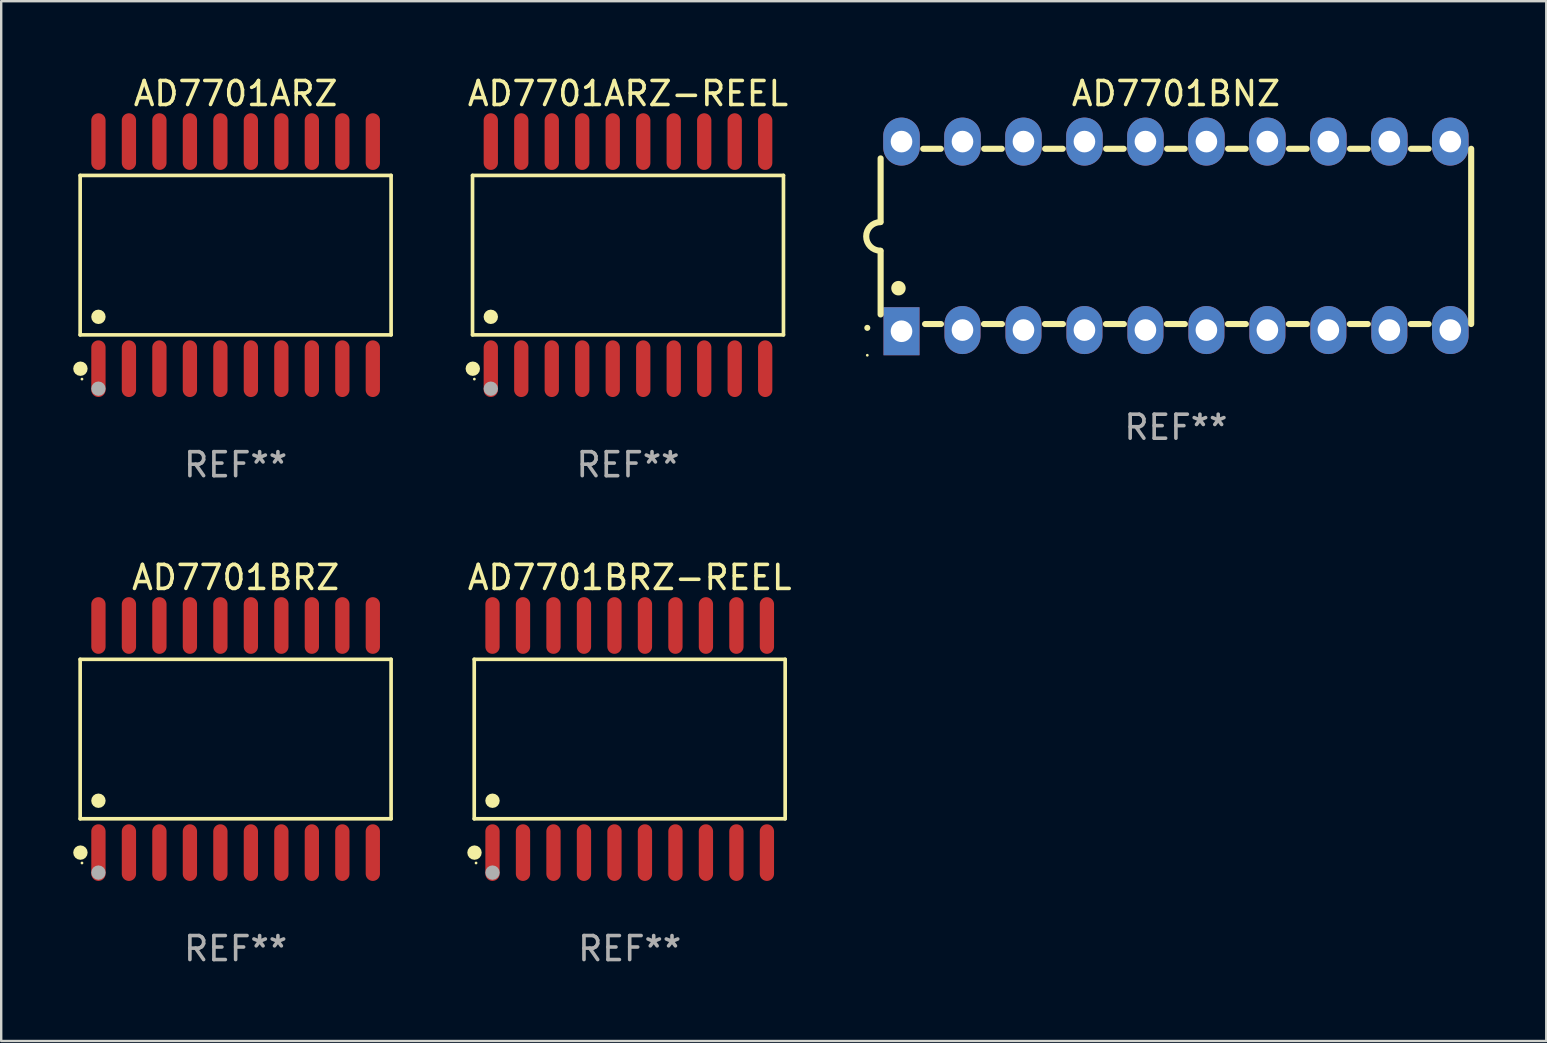
<source format=kicad_pcb>
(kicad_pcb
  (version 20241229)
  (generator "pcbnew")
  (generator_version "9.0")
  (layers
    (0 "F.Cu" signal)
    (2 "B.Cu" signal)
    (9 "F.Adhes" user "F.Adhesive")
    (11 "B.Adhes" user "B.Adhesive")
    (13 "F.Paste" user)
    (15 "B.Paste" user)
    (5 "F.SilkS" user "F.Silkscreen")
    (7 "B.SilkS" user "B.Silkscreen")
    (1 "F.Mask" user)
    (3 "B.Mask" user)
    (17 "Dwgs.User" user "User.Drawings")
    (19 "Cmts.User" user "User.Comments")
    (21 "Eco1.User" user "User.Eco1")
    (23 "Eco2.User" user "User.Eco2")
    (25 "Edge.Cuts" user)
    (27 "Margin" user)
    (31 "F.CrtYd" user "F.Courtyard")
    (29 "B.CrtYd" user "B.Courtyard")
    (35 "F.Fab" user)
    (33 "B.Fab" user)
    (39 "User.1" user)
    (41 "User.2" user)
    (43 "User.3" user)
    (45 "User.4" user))
  (footprint "AD7701BRZ"
    (layer "F.Cu")
    (at 6.765 27.735)
    (property "Reference" "AD7701BRZ" (at 0 -6.73 0) (layer "F.SilkS") (effects (font (size 1 1) (thickness 0.15))))
    (attr through_hole)
    (fp_line (start -6.476 -3.321) (end 6.476 -3.321) (stroke (width 0.152) (type solid)) (layer "F.SilkS"))
    (fp_line (start -6.476 3.321) (end -6.476 -3.321) (stroke (width 0.152) (type solid)) (layer "F.SilkS"))
    (fp_line (start 6.476 -3.321) (end 6.476 3.321) (stroke (width 0.152) (type solid)) (layer "F.SilkS"))
    (fp_line (start 6.476 3.321) (end -6.476 3.321) (stroke (width 0.152) (type solid)) (layer "F.SilkS"))
    (fp_circle (center -6.465 4.73) (end -6.315 4.73) (stroke (width 0.3) (type solid)) (fill no) (layer "F.SilkS"))
    (fp_circle (center -6.4 5.163) (end -6.37 5.163) (stroke (width 0.06) (type solid)) (fill no) (layer "F.SilkS"))
    (fp_circle (center -5.715 2.569) (end -5.565 2.569) (stroke (width 0.3) (type solid)) (fill no) (layer "F.SilkS"))
    (fp_circle (center -5.715 5.563) (end -5.565 5.563) (stroke (width 0.3) (type solid)) (fill no) (layer "F.Fab"))
    (fp_text user "REF**" (at 0 8.73 0) (layer "F.Fab") (effects (font (size 1 1) (thickness 0.15))))
    (pad "1" smd oval (at -5.715 4.73) (size 0.595 2.36) (layers "F.Cu" "F.Mask" "F.Paste"))
    (pad "2" smd oval (at -4.445 4.73) (size 0.595 2.36) (layers "F.Cu" "F.Mask" "F.Paste"))
    (pad "3" smd oval (at -3.175 4.73) (size 0.595 2.36) (layers "F.Cu" "F.Mask" "F.Paste"))
    (pad "4" smd oval (at -1.905 4.73) (size 0.595 2.36) (layers "F.Cu" "F.Mask" "F.Paste"))
    (pad "5" smd oval (at -0.635 4.73) (size 0.595 2.36) (layers "F.Cu" "F.Mask" "F.Paste"))
    (pad "6" smd oval (at 0.635 4.73) (size 0.595 2.36) (layers "F.Cu" "F.Mask" "F.Paste"))
    (pad "7" smd oval (at 1.905 4.73) (size 0.595 2.36) (layers "F.Cu" "F.Mask" "F.Paste"))
    (pad "8" smd oval (at 3.175 4.73) (size 0.595 2.36) (layers "F.Cu" "F.Mask" "F.Paste"))
    (pad "9" smd oval (at 4.445 4.73) (size 0.595 2.36) (layers "F.Cu" "F.Mask" "F.Paste"))
    (pad "10" smd oval (at 5.715 4.73) (size 0.595 2.36) (layers "F.Cu" "F.Mask" "F.Paste"))
    (pad "11" smd oval (at 5.715 -4.73) (size 0.595 2.36) (layers "F.Cu" "F.Mask" "F.Paste"))
    (pad "12" smd oval (at 4.445 -4.73) (size 0.595 2.36) (layers "F.Cu" "F.Mask" "F.Paste"))
    (pad "13" smd oval (at 3.175 -4.73) (size 0.595 2.36) (layers "F.Cu" "F.Mask" "F.Paste"))
    (pad "14" smd oval (at 1.905 -4.73) (size 0.595 2.36) (layers "F.Cu" "F.Mask" "F.Paste"))
    (pad "15" smd oval (at 0.635 -4.73) (size 0.595 2.36) (layers "F.Cu" "F.Mask" "F.Paste"))
    (pad "16" smd oval (at -0.635 -4.73) (size 0.595 2.36) (layers "F.Cu" "F.Mask" "F.Paste"))
    (pad "17" smd oval (at -1.905 -4.73) (size 0.595 2.36) (layers "F.Cu" "F.Mask" "F.Paste"))
    (pad "18" smd oval (at -3.175 -4.73) (size 0.595 2.36) (layers "F.Cu" "F.Mask" "F.Paste"))
    (pad "19" smd oval (at -4.445 -4.73) (size 0.595 2.36) (layers "F.Cu" "F.Mask" "F.Paste"))
    (pad "20" smd oval (at -5.715 -4.73) (size 0.595 2.36) (layers "F.Cu" "F.Mask" "F.Paste")))
  (footprint "AD7701BNZ"
    (layer "F.Cu")
    (at 45.932 6.798)
    (property "Reference" "AD7701BNZ" (at 0 -5.95 0) (layer "F.SilkS") (effects (font (size 1 1) (thickness 0.15))))
    (attr through_hole)
    (fp_line (start -12.3 -0.6) (end -12.3 -3.25) (stroke (width 0.254) (type solid)) (layer "F.SilkS"))
    (fp_line (start -12.3 3.25) (end -12.3 0.6) (stroke (width 0.254) (type solid)) (layer "F.SilkS"))
    (fp_line (start -10.527 -3.65) (end -9.793 -3.65) (stroke (width 0.254) (type solid)) (layer "F.SilkS"))
    (fp_line (start -10.449 3.65) (end -9.786 3.65) (stroke (width 0.254) (type solid)) (layer "F.SilkS"))
    (fp_line (start -7.994 3.65) (end -7.246 3.65) (stroke (width 0.254) (type solid)) (layer "F.SilkS"))
    (fp_line (start -7.987 -3.65) (end -7.253 -3.65) (stroke (width 0.254) (type solid)) (layer "F.SilkS"))
    (fp_line (start -5.454 3.65) (end -4.706 3.65) (stroke (width 0.254) (type solid)) (layer "F.SilkS"))
    (fp_line (start -5.447 -3.65) (end -4.713 -3.65) (stroke (width 0.254) (type solid)) (layer "F.SilkS"))
    (fp_line (start -2.914 3.65) (end -2.166 3.65) (stroke (width 0.254) (type solid)) (layer "F.SilkS"))
    (fp_line (start -2.907 -3.65) (end -2.173 -3.65) (stroke (width 0.254) (type solid)) (layer "F.SilkS"))
    (fp_line (start -0.374 3.65) (end 0.374 3.65) (stroke (width 0.254) (type solid)) (layer "F.SilkS"))
    (fp_line (start -0.367 -3.65) (end 0.367 -3.65) (stroke (width 0.254) (type solid)) (layer "F.SilkS"))
    (fp_line (start 2.166 3.65) (end 2.914 3.65) (stroke (width 0.254) (type solid)) (layer "F.SilkS"))
    (fp_line (start 2.173 -3.65) (end 2.907 -3.65) (stroke (width 0.254) (type solid)) (layer "F.SilkS"))
    (fp_line (start 4.706 3.65) (end 5.454 3.65) (stroke (width 0.254) (type solid)) (layer "F.SilkS"))
    (fp_line (start 4.713 -3.65) (end 5.447 -3.65) (stroke (width 0.254) (type solid)) (layer "F.SilkS"))
    (fp_line (start 7.246 3.65) (end 7.994 3.65) (stroke (width 0.254) (type solid)) (layer "F.SilkS"))
    (fp_line (start 7.253 -3.65) (end 7.987 -3.65) (stroke (width 0.254) (type solid)) (layer "F.SilkS"))
    (fp_line (start 9.786 3.65) (end 10.527 3.65) (stroke (width 0.254) (type solid)) (layer "F.SilkS"))
    (fp_line (start 9.793 -3.65) (end 10.527 -3.65) (stroke (width 0.254) (type solid)) (layer "F.SilkS"))
    (fp_line (start 12.3 -3.65) (end 12.3 3.65) (stroke (width 0.254) (type solid)) (layer "F.SilkS"))
    (fp_arc (start -12.854966 3.809881) (mid -12.854973 3.808611) (end -12.854966 3.807341) (stroke (width 0.25) (type solid)) (layer "F.SilkS"))
    (fp_arc (start -12.313894 0.594742) (mid -12.903982 -0.000152) (end -12.313894 -0.595046) (stroke (width 0.254001) (type solid)) (layer "F.SilkS"))
    (fp_arc (start -11.557023 2.158877) (mid -11.557034 2.156337) (end -11.557023 2.153797) (stroke (width 0.6) (type solid)) (layer "F.SilkS"))
    (fp_circle (center -12.855 4.95) (end -12.825 4.95) (stroke (width 0.06) (type solid)) (fill no) (layer "F.SilkS"))
    (fp_text user "REF**" (at 0 7.95 0) (layer "F.Fab") (effects (font (size 1 1) (thickness 0.15))))
    (pad "1" thru_hole rect (at -11.43 3.95 90) (size 2 1.5) (drill 0.9) (layers "*.Cu" "*.Mask"))
    (pad "2" thru_hole oval (at -8.89 3.9 90) (size 2 1.5) (drill 0.9) (layers "*.Cu" "*.Mask"))
    (pad "3" thru_hole oval (at -6.35 3.9 90) (size 2 1.5) (drill 0.9) (layers "*.Cu" "*.Mask"))
    (pad "4" thru_hole oval (at -3.81 3.9 90) (size 2 1.5) (drill 0.9) (layers "*.Cu" "*.Mask"))
    (pad "5" thru_hole oval (at -1.27 3.9 90) (size 2 1.5) (drill 0.9) (layers "*.Cu" "*.Mask"))
    (pad "6" thru_hole oval (at 1.27 3.9 90) (size 2 1.5) (drill 0.9) (layers "*.Cu" "*.Mask"))
    (pad "7" thru_hole oval (at 3.81 3.9 90) (size 2 1.5) (drill 0.9) (layers "*.Cu" "*.Mask"))
    (pad "8" thru_hole oval (at 6.35 3.9 90) (size 2 1.5) (drill 0.9) (layers "*.Cu" "*.Mask"))
    (pad "9" thru_hole oval (at 8.89 3.9 90) (size 2 1.5) (drill 0.9) (layers "*.Cu" "*.Mask"))
    (pad "10" thru_hole oval (at 11.43 3.9 90) (size 2 1.524) (drill 0.9) (layers "*.Cu" "*.Mask"))
    (pad "11" thru_hole oval (at 11.43 -3.95 90) (size 2 1.524) (drill 0.9) (layers "*.Cu" "*.Mask"))
    (pad "12" thru_hole oval (at 8.89 -3.95 90) (size 2 1.524) (drill 0.9) (layers "*.Cu" "*.Mask"))
    (pad "13" thru_hole oval (at 6.35 -3.95 90) (size 2 1.524) (drill 0.9) (layers "*.Cu" "*.Mask"))
    (pad "14" thru_hole oval (at 3.81 -3.95 90) (size 2 1.524) (drill 0.9) (layers "*.Cu" "*.Mask"))
    (pad "15" thru_hole oval (at 1.27 -3.95 90) (size 2 1.524) (drill 0.9) (layers "*.Cu" "*.Mask"))
    (pad "16" thru_hole oval (at -1.27 -3.95 90) (size 2 1.524) (drill 0.9) (layers "*.Cu" "*.Mask"))
    (pad "17" thru_hole oval (at -3.81 -3.95 90) (size 2 1.524) (drill 0.9) (layers "*.Cu" "*.Mask"))
    (pad "18" thru_hole oval (at -6.35 -3.95 90) (size 2 1.524) (drill 0.9) (layers "*.Cu" "*.Mask"))
    (pad "19" thru_hole oval (at -8.89 -3.95 90) (size 2 1.524) (drill 0.9) (layers "*.Cu" "*.Mask"))
    (pad "20" thru_hole oval (at -11.43 -3.95 90) (size 2 1.524) (drill 0.9) (layers "*.Cu" "*.Mask")))
  (footprint "AD7701BRZ-REEL"
    (layer "F.Cu")
    (at 23.18 27.735)
    (property "Reference" "AD7701BRZ-REEL" (at 0 -6.73 0) (layer "F.SilkS") (effects (font (size 1 1) (thickness 0.15))))
    (attr through_hole)
    (fp_line (start -6.476 -3.321) (end 6.476 -3.321) (stroke (width 0.152) (type solid)) (layer "F.SilkS"))
    (fp_line (start -6.476 3.321) (end -6.476 -3.321) (stroke (width 0.152) (type solid)) (layer "F.SilkS"))
    (fp_line (start 6.476 -3.321) (end 6.476 3.321) (stroke (width 0.152) (type solid)) (layer "F.SilkS"))
    (fp_line (start 6.476 3.321) (end -6.476 3.321) (stroke (width 0.152) (type solid)) (layer "F.SilkS"))
    (fp_circle (center -6.465 4.73) (end -6.315 4.73) (stroke (width 0.3) (type solid)) (fill no) (layer "F.SilkS"))
    (fp_circle (center -6.4 5.163) (end -6.37 5.163) (stroke (width 0.06) (type solid)) (fill no) (layer "F.SilkS"))
    (fp_circle (center -5.715 2.569) (end -5.565 2.569) (stroke (width 0.3) (type solid)) (fill no) (layer "F.SilkS"))
    (fp_circle (center -5.715 5.563) (end -5.565 5.563) (stroke (width 0.3) (type solid)) (fill no) (layer "F.Fab"))
    (fp_text user "REF**" (at 0 8.73 0) (layer "F.Fab") (effects (font (size 1 1) (thickness 0.15))))
    (pad "1" smd oval (at -5.715 4.73) (size 0.595 2.36) (layers "F.Cu" "F.Mask" "F.Paste"))
    (pad "2" smd oval (at -4.445 4.73) (size 0.595 2.36) (layers "F.Cu" "F.Mask" "F.Paste"))
    (pad "3" smd oval (at -3.175 4.73) (size 0.595 2.36) (layers "F.Cu" "F.Mask" "F.Paste"))
    (pad "4" smd oval (at -1.905 4.73) (size 0.595 2.36) (layers "F.Cu" "F.Mask" "F.Paste"))
    (pad "5" smd oval (at -0.635 4.73) (size 0.595 2.36) (layers "F.Cu" "F.Mask" "F.Paste"))
    (pad "6" smd oval (at 0.635 4.73) (size 0.595 2.36) (layers "F.Cu" "F.Mask" "F.Paste"))
    (pad "7" smd oval (at 1.905 4.73) (size 0.595 2.36) (layers "F.Cu" "F.Mask" "F.Paste"))
    (pad "8" smd oval (at 3.175 4.73) (size 0.595 2.36) (layers "F.Cu" "F.Mask" "F.Paste"))
    (pad "9" smd oval (at 4.445 4.73) (size 0.595 2.36) (layers "F.Cu" "F.Mask" "F.Paste"))
    (pad "10" smd oval (at 5.715 4.73) (size 0.595 2.36) (layers "F.Cu" "F.Mask" "F.Paste"))
    (pad "11" smd oval (at 5.715 -4.73) (size 0.595 2.36) (layers "F.Cu" "F.Mask" "F.Paste"))
    (pad "12" smd oval (at 4.445 -4.73) (size 0.595 2.36) (layers "F.Cu" "F.Mask" "F.Paste"))
    (pad "13" smd oval (at 3.175 -4.73) (size 0.595 2.36) (layers "F.Cu" "F.Mask" "F.Paste"))
    (pad "14" smd oval (at 1.905 -4.73) (size 0.595 2.36) (layers "F.Cu" "F.Mask" "F.Paste"))
    (pad "15" smd oval (at 0.635 -4.73) (size 0.595 2.36) (layers "F.Cu" "F.Mask" "F.Paste"))
    (pad "16" smd oval (at -0.635 -4.73) (size 0.595 2.36) (layers "F.Cu" "F.Mask" "F.Paste"))
    (pad "17" smd oval (at -1.905 -4.73) (size 0.595 2.36) (layers "F.Cu" "F.Mask" "F.Paste"))
    (pad "18" smd oval (at -3.175 -4.73) (size 0.595 2.36) (layers "F.Cu" "F.Mask" "F.Paste"))
    (pad "19" smd oval (at -4.445 -4.73) (size 0.595 2.36) (layers "F.Cu" "F.Mask" "F.Paste"))
    (pad "20" smd oval (at -5.715 -4.73) (size 0.595 2.36) (layers "F.Cu" "F.Mask" "F.Paste")))
  (footprint "AD7701ARZ-REEL"
    (layer "F.Cu")
    (at 23.109 7.578)
    (property "Reference" "AD7701ARZ-REEL" (at 0 -6.73 0) (layer "F.SilkS") (effects (font (size 1 1) (thickness 0.15))))
    (attr through_hole)
    (fp_line (start -6.476 -3.321) (end 6.476 -3.321) (stroke (width 0.152) (type solid)) (layer "F.SilkS"))
    (fp_line (start -6.476 3.321) (end -6.476 -3.321) (stroke (width 0.152) (type solid)) (layer "F.SilkS"))
    (fp_line (start 6.476 -3.321) (end 6.476 3.321) (stroke (width 0.152) (type solid)) (layer "F.SilkS"))
    (fp_line (start 6.476 3.321) (end -6.476 3.321) (stroke (width 0.152) (type solid)) (layer "F.SilkS"))
    (fp_circle (center -6.465 4.73) (end -6.315 4.73) (stroke (width 0.3) (type solid)) (fill no) (layer "F.SilkS"))
    (fp_circle (center -6.4 5.163) (end -6.37 5.163) (stroke (width 0.06) (type solid)) (fill no) (layer "F.SilkS"))
    (fp_circle (center -5.715 2.569) (end -5.565 2.569) (stroke (width 0.3) (type solid)) (fill no) (layer "F.SilkS"))
    (fp_circle (center -5.715 5.563) (end -5.565 5.563) (stroke (width 0.3) (type solid)) (fill no) (layer "F.Fab"))
    (fp_text user "REF**" (at 0 8.73 0) (layer "F.Fab") (effects (font (size 1 1) (thickness 0.15))))
    (pad "1" smd oval (at -5.715 4.73) (size 0.595 2.36) (layers "F.Cu" "F.Mask" "F.Paste"))
    (pad "2" smd oval (at -4.445 4.73) (size 0.595 2.36) (layers "F.Cu" "F.Mask" "F.Paste"))
    (pad "3" smd oval (at -3.175 4.73) (size 0.595 2.36) (layers "F.Cu" "F.Mask" "F.Paste"))
    (pad "4" smd oval (at -1.905 4.73) (size 0.595 2.36) (layers "F.Cu" "F.Mask" "F.Paste"))
    (pad "5" smd oval (at -0.635 4.73) (size 0.595 2.36) (layers "F.Cu" "F.Mask" "F.Paste"))
    (pad "6" smd oval (at 0.635 4.73) (size 0.595 2.36) (layers "F.Cu" "F.Mask" "F.Paste"))
    (pad "7" smd oval (at 1.905 4.73) (size 0.595 2.36) (layers "F.Cu" "F.Mask" "F.Paste"))
    (pad "8" smd oval (at 3.175 4.73) (size 0.595 2.36) (layers "F.Cu" "F.Mask" "F.Paste"))
    (pad "9" smd oval (at 4.445 4.73) (size 0.595 2.36) (layers "F.Cu" "F.Mask" "F.Paste"))
    (pad "10" smd oval (at 5.715 4.73) (size 0.595 2.36) (layers "F.Cu" "F.Mask" "F.Paste"))
    (pad "11" smd oval (at 5.715 -4.73) (size 0.595 2.36) (layers "F.Cu" "F.Mask" "F.Paste"))
    (pad "12" smd oval (at 4.445 -4.73) (size 0.595 2.36) (layers "F.Cu" "F.Mask" "F.Paste"))
    (pad "13" smd oval (at 3.175 -4.73) (size 0.595 2.36) (layers "F.Cu" "F.Mask" "F.Paste"))
    (pad "14" smd oval (at 1.905 -4.73) (size 0.595 2.36) (layers "F.Cu" "F.Mask" "F.Paste"))
    (pad "15" smd oval (at 0.635 -4.73) (size 0.595 2.36) (layers "F.Cu" "F.Mask" "F.Paste"))
    (pad "16" smd oval (at -0.635 -4.73) (size 0.595 2.36) (layers "F.Cu" "F.Mask" "F.Paste"))
    (pad "17" smd oval (at -1.905 -4.73) (size 0.595 2.36) (layers "F.Cu" "F.Mask" "F.Paste"))
    (pad "18" smd oval (at -3.175 -4.73) (size 0.595 2.36) (layers "F.Cu" "F.Mask" "F.Paste"))
    (pad "19" smd oval (at -4.445 -4.73) (size 0.595 2.36) (layers "F.Cu" "F.Mask" "F.Paste"))
    (pad "20" smd oval (at -5.715 -4.73) (size 0.595 2.36) (layers "F.Cu" "F.Mask" "F.Paste")))
  (footprint "AD7701ARZ"
    (layer "F.Cu")
    (at 6.765 7.578)
    (property "Reference" "AD7701ARZ" (at 0 -6.73 0) (layer "F.SilkS") (effects (font (size 1 1) (thickness 0.15))))
    (attr through_hole)
    (fp_line (start -6.476 -3.321) (end 6.476 -3.321) (stroke (width 0.152) (type solid)) (layer "F.SilkS"))
    (fp_line (start -6.476 3.321) (end -6.476 -3.321) (stroke (width 0.152) (type solid)) (layer "F.SilkS"))
    (fp_line (start 6.476 -3.321) (end 6.476 3.321) (stroke (width 0.152) (type solid)) (layer "F.SilkS"))
    (fp_line (start 6.476 3.321) (end -6.476 3.321) (stroke (width 0.152) (type solid)) (layer "F.SilkS"))
    (fp_circle (center -6.465 4.73) (end -6.315 4.73) (stroke (width 0.3) (type solid)) (fill no) (layer "F.SilkS"))
    (fp_circle (center -6.4 5.163) (end -6.37 5.163) (stroke (width 0.06) (type solid)) (fill no) (layer "F.SilkS"))
    (fp_circle (center -5.715 2.569) (end -5.565 2.569) (stroke (width 0.3) (type solid)) (fill no) (layer "F.SilkS"))
    (fp_circle (center -5.715 5.563) (end -5.565 5.563) (stroke (width 0.3) (type solid)) (fill no) (layer "F.Fab"))
    (fp_text user "REF**" (at 0 8.73 0) (layer "F.Fab") (effects (font (size 1 1) (thickness 0.15))))
    (pad "1" smd oval (at -5.715 4.73) (size 0.595 2.36) (layers "F.Cu" "F.Mask" "F.Paste"))
    (pad "2" smd oval (at -4.445 4.73) (size 0.595 2.36) (layers "F.Cu" "F.Mask" "F.Paste"))
    (pad "3" smd oval (at -3.175 4.73) (size 0.595 2.36) (layers "F.Cu" "F.Mask" "F.Paste"))
    (pad "4" smd oval (at -1.905 4.73) (size 0.595 2.36) (layers "F.Cu" "F.Mask" "F.Paste"))
    (pad "5" smd oval (at -0.635 4.73) (size 0.595 2.36) (layers "F.Cu" "F.Mask" "F.Paste"))
    (pad "6" smd oval (at 0.635 4.73) (size 0.595 2.36) (layers "F.Cu" "F.Mask" "F.Paste"))
    (pad "7" smd oval (at 1.905 4.73) (size 0.595 2.36) (layers "F.Cu" "F.Mask" "F.Paste"))
    (pad "8" smd oval (at 3.175 4.73) (size 0.595 2.36) (layers "F.Cu" "F.Mask" "F.Paste"))
    (pad "9" smd oval (at 4.445 4.73) (size 0.595 2.36) (layers "F.Cu" "F.Mask" "F.Paste"))
    (pad "10" smd oval (at 5.715 4.73) (size 0.595 2.36) (layers "F.Cu" "F.Mask" "F.Paste"))
    (pad "11" smd oval (at 5.715 -4.73) (size 0.595 2.36) (layers "F.Cu" "F.Mask" "F.Paste"))
    (pad "12" smd oval (at 4.445 -4.73) (size 0.595 2.36) (layers "F.Cu" "F.Mask" "F.Paste"))
    (pad "13" smd oval (at 3.175 -4.73) (size 0.595 2.36) (layers "F.Cu" "F.Mask" "F.Paste"))
    (pad "14" smd oval (at 1.905 -4.73) (size 0.595 2.36) (layers "F.Cu" "F.Mask" "F.Paste"))
    (pad "15" smd oval (at 0.635 -4.73) (size 0.595 2.36) (layers "F.Cu" "F.Mask" "F.Paste"))
    (pad "16" smd oval (at -0.635 -4.73) (size 0.595 2.36) (layers "F.Cu" "F.Mask" "F.Paste"))
    (pad "17" smd oval (at -1.905 -4.73) (size 0.595 2.36) (layers "F.Cu" "F.Mask" "F.Paste"))
    (pad "18" smd oval (at -3.175 -4.73) (size 0.595 2.36) (layers "F.Cu" "F.Mask" "F.Paste"))
    (pad "19" smd oval (at -4.445 -4.73) (size 0.595 2.36) (layers "F.Cu" "F.Mask" "F.Paste"))
    (pad "20" smd oval (at -5.715 -4.73) (size 0.595 2.36) (layers "F.Cu" "F.Mask" "F.Paste")))
  (gr_rect
    (start -3 -3)
    (end 61.359 40.313)
    (stroke (width 0.1) (type default))
    (fill no)
    (layer "Edge.Cuts")))
</source>
